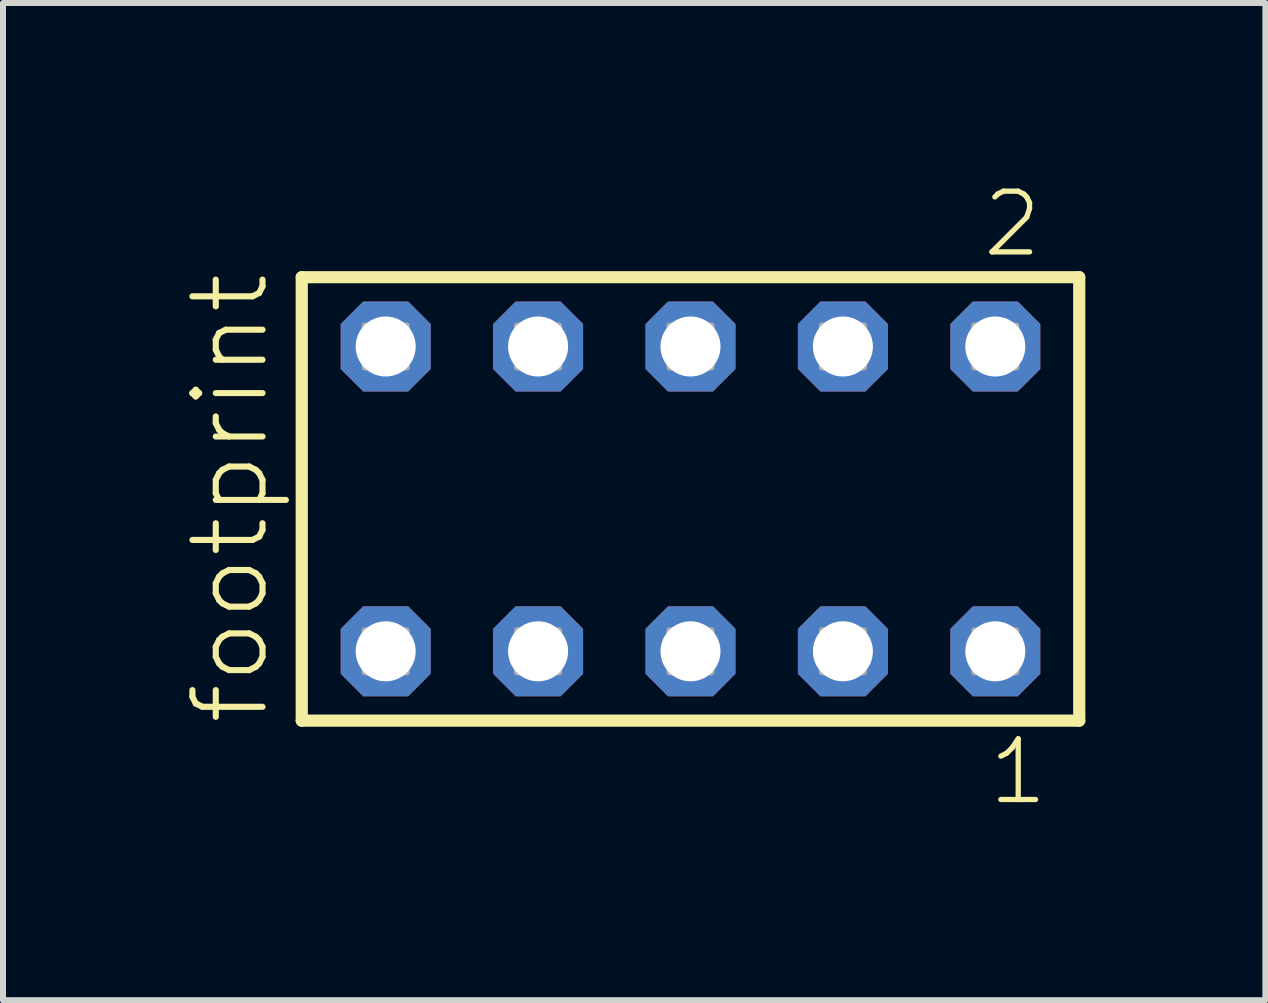
<source format=kicad_pcb>
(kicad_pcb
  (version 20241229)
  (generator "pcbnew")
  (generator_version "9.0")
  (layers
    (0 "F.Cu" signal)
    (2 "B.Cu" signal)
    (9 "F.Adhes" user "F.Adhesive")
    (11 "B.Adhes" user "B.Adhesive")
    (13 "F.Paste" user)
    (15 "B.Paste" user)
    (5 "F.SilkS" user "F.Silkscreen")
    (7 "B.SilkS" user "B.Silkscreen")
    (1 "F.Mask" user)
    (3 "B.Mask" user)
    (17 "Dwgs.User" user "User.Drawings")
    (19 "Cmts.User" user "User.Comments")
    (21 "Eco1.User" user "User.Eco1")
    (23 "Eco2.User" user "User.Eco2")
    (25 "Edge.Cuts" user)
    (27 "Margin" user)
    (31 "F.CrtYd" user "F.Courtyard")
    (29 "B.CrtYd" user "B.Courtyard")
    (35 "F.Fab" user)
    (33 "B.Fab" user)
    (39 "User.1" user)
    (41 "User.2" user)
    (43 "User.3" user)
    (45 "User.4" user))
  (footprint "footprint"
    (layer "F.Cu")
    (at 8.458 5.265)
    (property "Reference" "footprint" (at -6.985 3.81 90) (layer "F.SilkS") (effects (font (size 1.168 1.168) (thickness 0.102)) (justify left bottom)))
    (fp_line (start -6.479 -3.695) (end 6.479 -3.695) (stroke (width 0.203) (type solid)) (layer "F.SilkS"))
    (fp_line (start -6.479 3.695) (end -6.479 -3.695) (stroke (width 0.203) (type solid)) (layer "F.SilkS"))
    (fp_line (start 6.479 -3.695) (end 6.479 3.695) (stroke (width 0.203) (type solid)) (layer "F.SilkS"))
    (fp_line (start 6.479 3.695) (end -6.479 3.695) (stroke (width 0.203) (type solid)) (layer "F.SilkS"))
    (fp_poly (pts (xy -5.43 -2.19) (xy -4.73 -2.19) (xy -4.73 -2.89) (xy -5.43 -2.89)) (stroke (width 0.1) (type solid)) (fill no) (layer "F.Fab"))
    (fp_poly (pts (xy -5.43 2.89) (xy -4.73 2.89) (xy -4.73 2.19) (xy -5.43 2.19)) (stroke (width 0.1) (type solid)) (fill no) (layer "F.Fab"))
    (fp_poly (pts (xy -2.89 -2.19) (xy -2.19 -2.19) (xy -2.19 -2.89) (xy -2.89 -2.89)) (stroke (width 0.1) (type solid)) (fill no) (layer "F.Fab"))
    (fp_poly (pts (xy -2.89 2.89) (xy -2.19 2.89) (xy -2.19 2.19) (xy -2.89 2.19)) (stroke (width 0.1) (type solid)) (fill no) (layer "F.Fab"))
    (fp_poly (pts (xy -0.35 -2.19) (xy 0.35 -2.19) (xy 0.35 -2.89) (xy -0.35 -2.89)) (stroke (width 0.1) (type solid)) (fill no) (layer "F.Fab"))
    (fp_poly (pts (xy -0.35 2.89) (xy 0.35 2.89) (xy 0.35 2.19) (xy -0.35 2.19)) (stroke (width 0.1) (type solid)) (fill no) (layer "F.Fab"))
    (fp_poly (pts (xy 2.19 -2.19) (xy 2.89 -2.19) (xy 2.89 -2.89) (xy 2.19 -2.89)) (stroke (width 0.1) (type solid)) (fill no) (layer "F.Fab"))
    (fp_poly (pts (xy 2.19 2.89) (xy 2.89 2.89) (xy 2.89 2.19) (xy 2.19 2.19)) (stroke (width 0.1) (type solid)) (fill no) (layer "F.Fab"))
    (fp_poly (pts (xy 4.73 -2.19) (xy 5.43 -2.19) (xy 5.43 -2.89) (xy 4.73 -2.89)) (stroke (width 0.1) (type solid)) (fill no) (layer "F.Fab"))
    (fp_poly (pts (xy 4.73 2.89) (xy 5.43 2.89) (xy 5.43 2.19) (xy 4.73 2.19)) (stroke (width 0.1) (type solid)) (fill no) (layer "F.Fab"))
    (fp_text user "2" (at 4.822 -3.989 0) (layer "F.SilkS") (effects (font (size 1.012 1.012) (thickness 0.088)) (justify left bottom)))
    (fp_text user "1" (at 4.922 5.138 0) (layer "F.SilkS") (effects (font (size 1.012 1.012) (thickness 0.088)) (justify left bottom)))
    (pad "1" thru_hole roundrect (at 5.08 2.54 180) (size 1.5 1.5) (drill 1) (layers "*.Cu" "*.Mask") (roundrect_rratio 0.25) (chamfer_ratio 0.25) (chamfer top_left top_right bottom_left bottom_right))
    (pad "2" thru_hole roundrect (at 5.08 -2.54 180) (size 1.5 1.5) (drill 1) (layers "*.Cu" "*.Mask") (roundrect_rratio 0.25) (chamfer_ratio 0.25) (chamfer top_left top_right bottom_left bottom_right))
    (pad "3" thru_hole roundrect (at 2.54 2.54 180) (size 1.5 1.5) (drill 1) (layers "*.Cu" "*.Mask") (roundrect_rratio 0.25) (chamfer_ratio 0.25) (chamfer top_left top_right bottom_left bottom_right))
    (pad "4" thru_hole roundrect (at 2.54 -2.54 180) (size 1.5 1.5) (drill 1) (layers "*.Cu" "*.Mask") (roundrect_rratio 0.25) (chamfer_ratio 0.25) (chamfer top_left top_right bottom_left bottom_right))
    (pad "5" thru_hole roundrect (at 0 2.54 180) (size 1.5 1.5) (drill 1) (layers "*.Cu" "*.Mask") (roundrect_rratio 0.25) (chamfer_ratio 0.25) (chamfer top_left top_right bottom_left bottom_right))
    (pad "6" thru_hole roundrect (at 0 -2.54 180) (size 1.5 1.5) (drill 1) (layers "*.Cu" "*.Mask") (roundrect_rratio 0.25) (chamfer_ratio 0.25) (chamfer top_left top_right bottom_left bottom_right))
    (pad "7" thru_hole roundrect (at -2.54 2.54 180) (size 1.5 1.5) (drill 1) (layers "*.Cu" "*.Mask") (roundrect_rratio 0.25) (chamfer_ratio 0.25) (chamfer top_left top_right bottom_left bottom_right))
    (pad "8" thru_hole roundrect (at -2.54 -2.54 180) (size 1.5 1.5) (drill 1) (layers "*.Cu" "*.Mask") (roundrect_rratio 0.25) (chamfer_ratio 0.25) (chamfer top_left top_right bottom_left bottom_right))
    (pad "9" thru_hole roundrect (at -5.08 2.54 180) (size 1.5 1.5) (drill 1) (layers "*.Cu" "*.Mask") (roundrect_rratio 0.25) (chamfer_ratio 0.25) (chamfer top_left top_right bottom_left bottom_right))
    (pad "10" thru_hole roundrect (at -5.08 -2.54 180) (size 1.5 1.5) (drill 1) (layers "*.Cu" "*.Mask") (roundrect_rratio 0.25) (chamfer_ratio 0.25) (chamfer top_left top_right bottom_left bottom_right)))
  (gr_rect
    (start -3 -3)
    (end 18.039 13.62)
    (stroke (width 0.1) (type default))
    (fill no)
    (layer "Edge.Cuts")))
</source>
